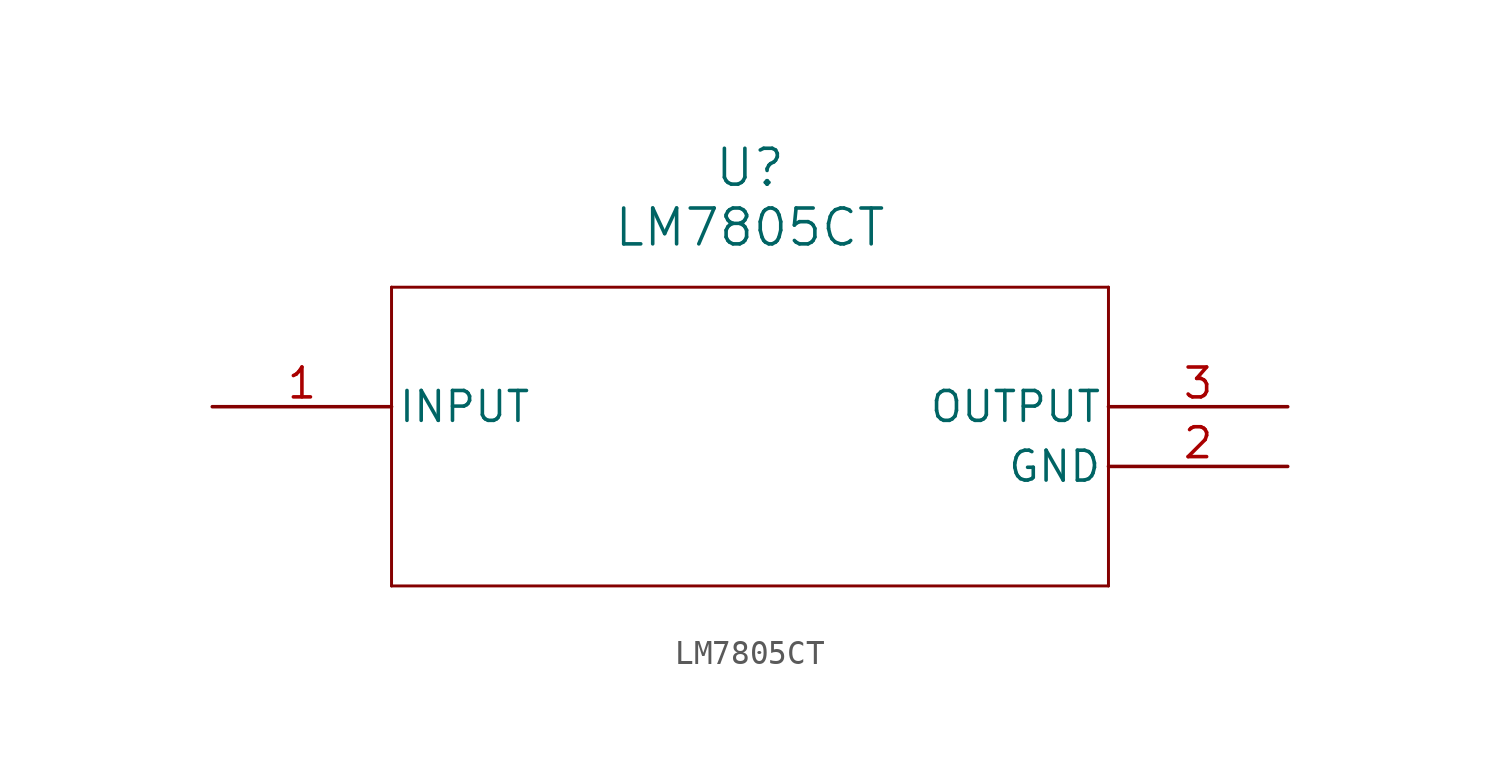
<source format=kicad_sym>
(kicad_symbol_lib
  (version 20211014)
  (generator kicad_symbol_editor)
  (symbol "LM7805CT"
    (pin_names
      (offset 0.254))
    (property "Reference" "U"
      (at 22.86 10.16 0)
      (effects (font (size 1.524 1.524))))
    (property "Value" "LM7805CT"
      (at 22.86 7.62 0)
      (effects (font (size 1.524 1.524))))
    (symbol "LM7805CT_0_1"
      (polyline (pts (xy 7.62 5.08) (xy 7.62 -7.62)) (stroke (width 0.127) (type default) (color 0 0 0 0)) (fill (type none)))
      (polyline (pts (xy 7.62 -7.62) (xy 38.1 -7.62)) (stroke (width 0.127) (type default) (color 0 0 0 0)) (fill (type none)))
      (polyline (pts (xy 38.1 -7.62) (xy 38.1 5.08)) (stroke (width 0.127) (type default) (color 0 0 0 0)) (fill (type none)))
      (polyline (pts (xy 38.1 5.08) (xy 7.62 5.08)) (stroke (width 0.127) (type default) (color 0 0 0 0)) (fill (type none)))
      (pin input line (at 0 0 0) (length 7.62) (name "INPUT" (effects (font (size 1.27 1.27)))) (number "1" (effects (font (size 1.27 1.27)))))
      (pin power_in line (at 45.72 -2.54 180) (length 7.62) (name "GND" (effects (font (size 1.27 1.27)))) (number "2" (effects (font (size 1.27 1.27)))))
      (pin output line (at 45.72 0 180) (length 7.62) (name "OUTPUT" (effects (font (size 1.27 1.27)))) (number "3" (effects (font (size 1.27 1.27))))))))
</source>
